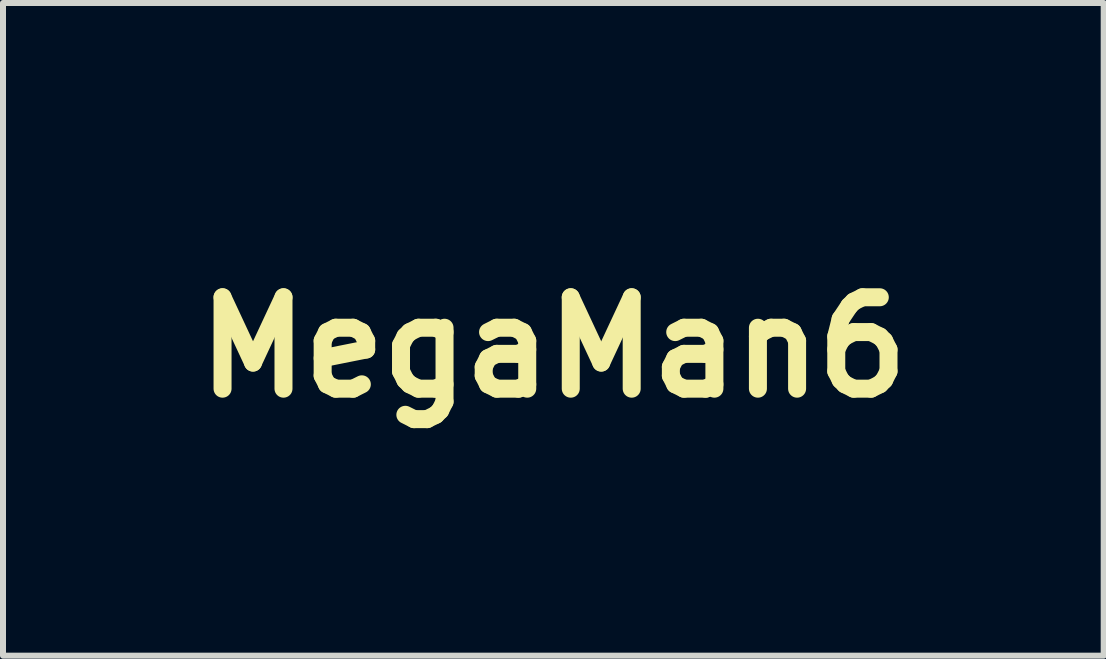
<source format=kicad_pcb>
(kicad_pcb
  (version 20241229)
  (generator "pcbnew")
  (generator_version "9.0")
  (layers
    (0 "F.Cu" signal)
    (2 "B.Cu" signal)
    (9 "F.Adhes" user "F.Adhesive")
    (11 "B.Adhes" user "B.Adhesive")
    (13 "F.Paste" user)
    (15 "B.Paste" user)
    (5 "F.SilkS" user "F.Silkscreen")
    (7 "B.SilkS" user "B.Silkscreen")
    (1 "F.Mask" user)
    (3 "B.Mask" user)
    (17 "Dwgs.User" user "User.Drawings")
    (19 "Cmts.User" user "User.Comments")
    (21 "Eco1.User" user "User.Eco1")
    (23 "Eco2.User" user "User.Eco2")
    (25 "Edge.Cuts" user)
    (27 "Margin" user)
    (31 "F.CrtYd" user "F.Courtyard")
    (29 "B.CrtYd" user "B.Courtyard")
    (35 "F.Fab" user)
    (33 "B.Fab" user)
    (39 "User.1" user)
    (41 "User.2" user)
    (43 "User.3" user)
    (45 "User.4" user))
  (footprint "MegaMan6"
    (layer "F.Cu")
    (at 6.176 2.741)
    (property "Reference" "MegaMan6" (at 0 0 0) (layer "F.SilkS") (effects (font (size 1.524 1.524) (thickness 0.3))))
    (attr board_only exclude_from_pos_files exclude_from_bom)
    (fp_poly (pts (xy 0.48 -0.88) (xy 0.05 -0.88) (xy 0.05 -1.321) (xy 0.48 -1.321)) (stroke (width 0) (type solid)) (fill yes) (layer "F.Mask"))
    (fp_poly (pts (xy 0.69 -2.521) (xy 0.69 -2.351) (xy 0.9 -2.351) (xy 0.9 -2.131) (xy 1.12 -2.131) (xy 1.12 -1.911) (xy 1.331 -1.911) (xy 1.331 -0.71) (xy 1.551 -0.71) (xy 1.551 -0.49) (xy 1.761 -0.49) (xy 1.761 -0.1) (xy 1.981 -0.1) (xy 1.981 0.74) (xy 1.761 0.74) (xy 1.761 0.93) (xy 1.12 0.93) (xy 1.12 1.14) (xy 1.331 1.14) (xy 1.331 1.371) (xy 1.551 1.371) (xy 1.551 1.541) (xy 1.981 1.541) (xy 1.981 1.761) (xy 2.191 1.761) (xy 2.191 2.141) (xy 0.26 2.141) (xy 0.26 1.541) (xy 0.05 1.541) (xy 0.05 1.371) (xy -0.18 1.371) (xy -0.18 1.541) (xy -0.39 1.541) (xy -0.39 2.141) (xy -2.321 2.141) (xy -2.321 1.761) (xy -2.111 1.761) (xy -2.111 1.541) (xy -1.671 1.541) (xy -1.671 1.371) (xy -1.568 1.368) (xy -1.466 1.366) (xy -1.463 1.253) (xy -1.46 1.14) (xy -1.25 1.14) (xy -1.25 0.93) (xy -1.891 0.93) (xy -1.891 0.74) (xy -1.25 0.74) (xy -1.25 0.93) (xy -1.04 0.93) (xy -1.03 0.93) (xy -1.03 1.15) (xy -0.82 1.15) (xy -0.82 1.371) (xy -0.6 1.371) (xy -0.6 1.541) (xy -0.39 1.541) (xy -0.39 1.361) (xy -0.18 1.361) (xy -0.18 1.14) (xy 0.05 1.14) (xy 0.05 1.361) (xy 0.26 1.361) (xy 0.26 1.541) (xy 0.47 1.541) (xy 0.47 1.371) (xy 0.9 1.371) (xy 0.9 0.93) (xy 0.26 0.93) (xy 0.26 1.14) (xy 0.05 1.14) (xy -0.18 1.14) (xy -0.6 1.14) (xy -0.6 0.93) (xy -1.03 0.93) (xy -1.04 0.93) (xy -1.04 0.74) (xy 0.9 0.74) (xy 0.9 0.93) (xy 1.12 0.93) (xy 1.12 0.74) (xy 0.9 0.74) (xy -1.04 0.74) (xy -1.25 0.74) (xy -1.891 0.74) (xy -2.111 0.74) (xy -2.111 -0.1) (xy -1.891 -0.1) (xy -1.891 -0.49) (xy -1.671 -0.49) (xy -1.461 -0.49) (xy -1.461 -0.27) (xy -1.25 -0.27) (xy -1.25 0.12) (xy -1.04 0.12) (xy -1.04 -0.1) (xy -0.81 -0.1) (xy -0.81 0.54) (xy 0.68 0.54) (xy 0.68 -0.1) (xy -0.39 -0.1) (xy -0.39 -0.27) (xy -0.6 -0.27) (xy -0.6 -0.49) (xy -0.82 -0.49) (xy -0.82 -0.71) (xy -1.25 -0.71) (xy -1.25 -0.49) (xy -1.461 -0.49) (xy -1.671 -0.49) (xy -1.671 -0.71) (xy -1.25 -0.71) (xy -1.25 -0.88) (xy -1.04 -0.88) (xy -1.04 -1.11) (xy -1.25 -1.11) (xy -1.25 -1.711) (xy -1.03 -1.711) (xy -1.03 -1.11) (xy -0.81 -1.11) (xy -0.81 -1.321) (xy -0.6 -1.321) (xy -0.6 -0.71) (xy -0.39 -0.71) (xy -0.39 -0.27) (xy 0.68 -0.27) (xy 0.69 -0.27) (xy 0.69 -0.1) (xy 0.9 -0.1) (xy 0.9 0.12) (xy 1.12 0.12) (xy 1.12 -0.27) (xy 1.341 -0.27) (xy 1.341 -0.49) (xy 0.9 -0.49) (xy 0.9 -0.27) (xy 0.69 -0.27) (xy 0.68 -0.27) (xy 0.68 -0.49) (xy -0.181 -0.49) (xy -0.178 -0.598) (xy -0.175 -0.705) (xy 0.258 -0.708) (xy 0.69 -0.71) (xy 0.69 -0.49) (xy 0.9 -0.49) (xy 0.9 -0.71) (xy 1.12 -0.71) (xy 1.12 -1.521) (xy 0.9 -1.521) (xy 0.9 -0.88) (xy 0.68 -0.88) (xy 0.68 -1.321) (xy 0.48 -1.321) (xy 0.48 -1.521) (xy -0.39 -1.521) (xy -0.39 -1.321) (xy -0.6 -1.321) (xy -0.81 -1.321) (xy -0.81 -1.711) (xy -1.03 -1.711) (xy -1.25 -1.711) (xy -1.25 -1.721) (xy -1.04 -1.721) (xy -1.04 -1.911) (xy 0.48 -1.911) (xy 0.48 -1.721) (xy 0.9 -1.721) (xy 0.9 -1.911) (xy 0.48 -1.911) (xy -1.04 -1.911) (xy -1.04 -2.131) (xy -0.81 -2.131) (xy -0.81 -2.351) (xy -0.6 -2.351) (xy -0.6 -2.521) (xy -0.18 -2.521) (xy 0.05 -2.521) (xy 0.05 -2.351) (xy 0.26 -2.351) (xy 0.26 -2.131) (xy 0.68 -2.131) (xy 0.68 -2.341) (xy 0.47 -2.341) (xy 0.47 -2.521) (xy 0.05 -2.521) (xy -0.18 -2.521) (xy -0.18 -2.741) (xy 0.47 -2.741) (xy 0.47 -2.521)) (stroke (width 0) (type solid)) (fill yes) (layer "F.Mask")))
  (gr_rect
    (start -3 -3)
    (end 15.352 7.882)
    (stroke (width 0.1) (type default))
    (fill no)
    (layer "Edge.Cuts")))
</source>
